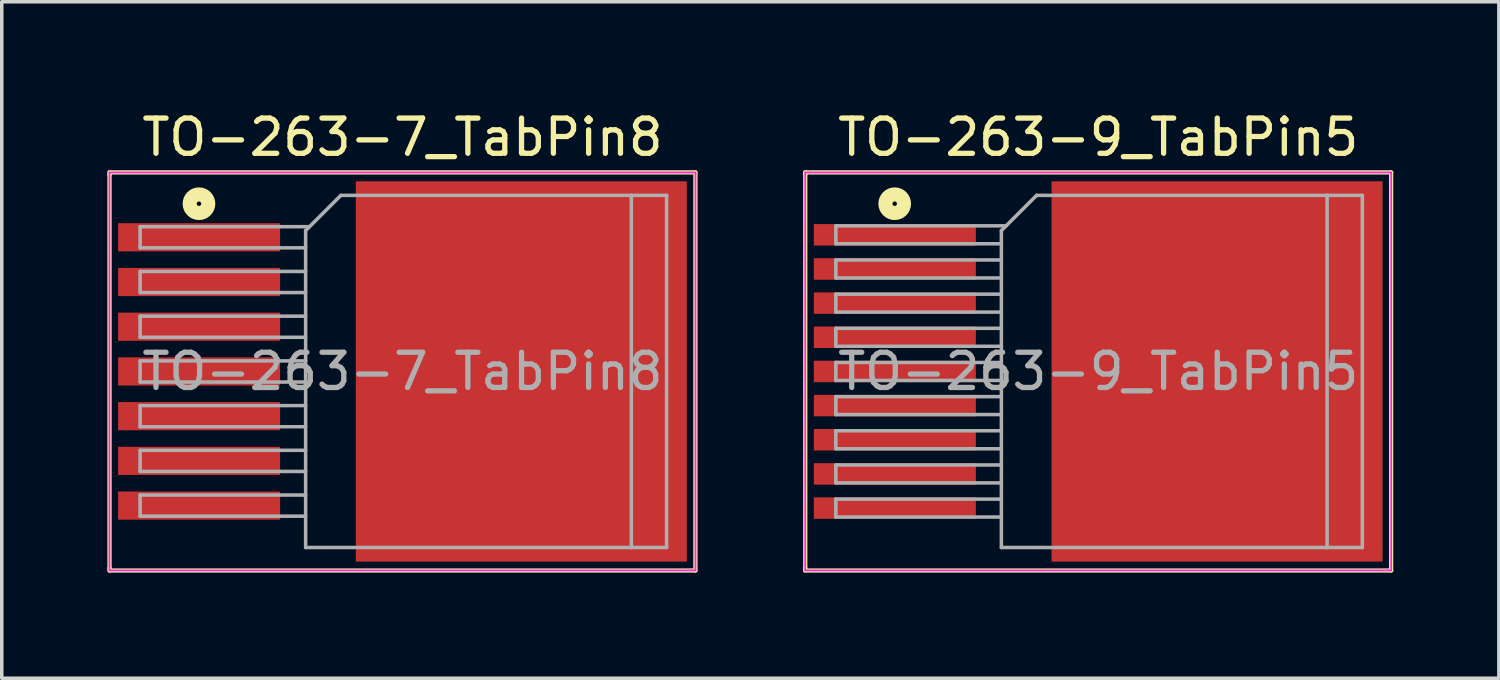
<source format=kicad_pcb>
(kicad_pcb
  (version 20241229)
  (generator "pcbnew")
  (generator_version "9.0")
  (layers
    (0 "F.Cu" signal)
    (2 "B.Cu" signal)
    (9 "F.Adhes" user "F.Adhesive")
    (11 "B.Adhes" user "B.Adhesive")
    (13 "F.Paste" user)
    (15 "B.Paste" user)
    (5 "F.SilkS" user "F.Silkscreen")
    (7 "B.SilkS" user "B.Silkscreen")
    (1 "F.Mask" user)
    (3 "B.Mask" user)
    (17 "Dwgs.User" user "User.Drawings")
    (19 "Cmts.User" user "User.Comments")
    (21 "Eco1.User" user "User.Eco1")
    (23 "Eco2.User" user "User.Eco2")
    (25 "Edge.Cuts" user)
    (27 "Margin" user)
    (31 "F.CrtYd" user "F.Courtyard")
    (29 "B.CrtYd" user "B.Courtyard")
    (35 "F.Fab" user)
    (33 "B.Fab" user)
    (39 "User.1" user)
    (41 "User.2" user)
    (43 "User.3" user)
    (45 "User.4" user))
  (footprint "TO-263-7_TabPin8"
    (layer "F.Cu")
    (at 8.379 7.498)
    (property "Reference" "TO-263-7_TabPin8" (at 0 -6.65 0) (layer "F.SilkS") (effects (font (size 1 1) (thickness 0.15))))
    (attr smd)
    (fp_line (start -8.319 -5.652) (end -8.319 -5.588) (stroke (width 0.12) (type solid)) (layer "F.SilkS"))
    (fp_line (start -8.319 -5.588) (end -8.319 5.588) (stroke (width 0.12) (type solid)) (layer "F.SilkS"))
    (fp_line (start -8.319 5.588) (end -8.319 5.652) (stroke (width 0.12) (type solid)) (layer "F.SilkS"))
    (fp_line (start -8.319 5.652) (end 8.319 5.652) (stroke (width 0.12) (type solid)) (layer "F.SilkS"))
    (fp_line (start 8.319 -5.652) (end -8.319 -5.652) (stroke (width 0.12) (type solid)) (layer "F.SilkS"))
    (fp_line (start 8.319 5.652) (end 8.319 -5.652) (stroke (width 0.12) (type solid)) (layer "F.SilkS"))
    (fp_circle (center -5.779 -4.763) (end -5.715 -4.763) (stroke (width 0.4) (type solid)) (fill no) (layer "F.SilkS"))
    (fp_line (start -8.32 -5.65) (end -8.32 5.65) (stroke (width 0.05) (type solid)) (layer "F.CrtYd"))
    (fp_line (start -8.32 5.65) (end 8.32 5.65) (stroke (width 0.05) (type solid)) (layer "F.CrtYd"))
    (fp_line (start 8.32 -5.65) (end -8.32 -5.65) (stroke (width 0.05) (type solid)) (layer "F.CrtYd"))
    (fp_line (start 8.32 5.65) (end 8.32 -5.65) (stroke (width 0.05) (type solid)) (layer "F.CrtYd"))
    (fp_line (start -7.45 -4.11) (end -7.45 -3.51) (stroke (width 0.1) (type solid)) (layer "F.Fab"))
    (fp_line (start -7.45 -3.51) (end -2.75 -3.51) (stroke (width 0.1) (type solid)) (layer "F.Fab"))
    (fp_line (start -7.45 -2.84) (end -7.45 -2.24) (stroke (width 0.1) (type solid)) (layer "F.Fab"))
    (fp_line (start -7.45 -2.24) (end -2.75 -2.24) (stroke (width 0.1) (type solid)) (layer "F.Fab"))
    (fp_line (start -7.45 -1.57) (end -7.45 -0.97) (stroke (width 0.1) (type solid)) (layer "F.Fab"))
    (fp_line (start -7.45 -0.97) (end -2.75 -0.97) (stroke (width 0.1) (type solid)) (layer "F.Fab"))
    (fp_line (start -7.45 -0.3) (end -7.45 0.3) (stroke (width 0.1) (type solid)) (layer "F.Fab"))
    (fp_line (start -7.45 0.3) (end -2.75 0.3) (stroke (width 0.1) (type solid)) (layer "F.Fab"))
    (fp_line (start -7.45 0.97) (end -7.45 1.57) (stroke (width 0.1) (type solid)) (layer "F.Fab"))
    (fp_line (start -7.45 1.57) (end -2.75 1.57) (stroke (width 0.1) (type solid)) (layer "F.Fab"))
    (fp_line (start -7.45 2.24) (end -7.45 2.84) (stroke (width 0.1) (type solid)) (layer "F.Fab"))
    (fp_line (start -7.45 2.84) (end -2.75 2.84) (stroke (width 0.1) (type solid)) (layer "F.Fab"))
    (fp_line (start -7.45 3.51) (end -7.45 4.11) (stroke (width 0.1) (type solid)) (layer "F.Fab"))
    (fp_line (start -7.45 4.11) (end -2.75 4.11) (stroke (width 0.1) (type solid)) (layer "F.Fab"))
    (fp_line (start -2.75 -4) (end -1.75 -5) (stroke (width 0.1) (type solid)) (layer "F.Fab"))
    (fp_line (start -2.75 -2.84) (end -7.45 -2.84) (stroke (width 0.1) (type solid)) (layer "F.Fab"))
    (fp_line (start -2.75 -1.57) (end -7.45 -1.57) (stroke (width 0.1) (type solid)) (layer "F.Fab"))
    (fp_line (start -2.75 -0.3) (end -7.45 -0.3) (stroke (width 0.1) (type solid)) (layer "F.Fab"))
    (fp_line (start -2.75 0.97) (end -7.45 0.97) (stroke (width 0.1) (type solid)) (layer "F.Fab"))
    (fp_line (start -2.75 2.24) (end -7.45 2.24) (stroke (width 0.1) (type solid)) (layer "F.Fab"))
    (fp_line (start -2.75 3.51) (end -7.45 3.51) (stroke (width 0.1) (type solid)) (layer "F.Fab"))
    (fp_line (start -2.75 5) (end -2.75 -4) (stroke (width 0.1) (type solid)) (layer "F.Fab"))
    (fp_line (start -2.64 -4.11) (end -7.45 -4.11) (stroke (width 0.1) (type solid)) (layer "F.Fab"))
    (fp_line (start -1.75 -5) (end 6.5 -5) (stroke (width 0.1) (type solid)) (layer "F.Fab"))
    (fp_line (start 6.5 -5) (end 6.5 5) (stroke (width 0.1) (type solid)) (layer "F.Fab"))
    (fp_line (start 6.5 -5) (end 7.5 -5) (stroke (width 0.1) (type solid)) (layer "F.Fab"))
    (fp_line (start 6.5 5) (end -2.75 5) (stroke (width 0.1) (type solid)) (layer "F.Fab"))
    (fp_line (start 7.5 -5) (end 7.5 5) (stroke (width 0.1) (type solid)) (layer "F.Fab"))
    (fp_line (start 7.5 5) (end 6.5 5) (stroke (width 0.1) (type solid)) (layer "F.Fab"))
    (fp_text user "${REFERENCE}" (at 0 0 0) (layer "F.Fab") (effects (font (size 1 1) (thickness 0.15))))
    (pad "" smd rect (at 0.95 -2.775) (size 4.55 5.25) (layers "F.Paste"))
    (pad "" smd rect (at 0.95 2.775) (size 4.55 5.25) (layers "F.Paste"))
    (pad "" smd rect (at 5.8 -2.775) (size 4.55 5.25) (layers "F.Paste"))
    (pad "" smd rect (at 5.8 2.775) (size 4.55 5.25) (layers "F.Paste"))
    (pad "1" smd rect (at -5.775 -3.81) (size 4.6 0.8) (layers "F.Cu" "F.Mask" "F.Paste"))
    (pad "2" smd rect (at -5.775 -2.54) (size 4.6 0.8) (layers "F.Cu" "F.Mask" "F.Paste"))
    (pad "3" smd rect (at -5.775 -1.27) (size 4.6 0.8) (layers "F.Cu" "F.Mask" "F.Paste"))
    (pad "4" smd rect (at -5.775 0) (size 4.6 0.8) (layers "F.Cu" "F.Mask" "F.Paste"))
    (pad "5" smd rect (at -5.775 1.27) (size 4.6 0.8) (layers "F.Cu" "F.Mask" "F.Paste"))
    (pad "6" smd rect (at -5.775 2.54) (size 4.6 0.8) (layers "F.Cu" "F.Mask" "F.Paste"))
    (pad "7" smd rect (at -5.775 3.81) (size 4.6 0.8) (layers "F.Cu" "F.Mask" "F.Paste"))
    (pad "8" smd rect (at 3.375 0) (size 9.4 10.8) (layers "F.Cu" "F.Mask")))
  (footprint "TO-263-9_TabPin5"
    (layer "F.Cu")
    (at 28.136 7.498)
    (property "Reference" "TO-263-9_TabPin5" (at 0 -6.65 0) (layer "F.SilkS") (effects (font (size 1 1) (thickness 0.15))))
    (attr smd)
    (fp_line (start -8.319 -5.652) (end -8.319 -5.588) (stroke (width 0.12) (type solid)) (layer "F.SilkS"))
    (fp_line (start -8.319 -5.588) (end -8.319 5.588) (stroke (width 0.12) (type solid)) (layer "F.SilkS"))
    (fp_line (start -8.319 5.588) (end -8.319 5.652) (stroke (width 0.12) (type solid)) (layer "F.SilkS"))
    (fp_line (start -8.319 5.652) (end 8.319 5.652) (stroke (width 0.12) (type solid)) (layer "F.SilkS"))
    (fp_line (start 8.319 -5.652) (end -8.319 -5.652) (stroke (width 0.12) (type solid)) (layer "F.SilkS"))
    (fp_line (start 8.319 5.652) (end 8.319 -5.652) (stroke (width 0.12) (type solid)) (layer "F.SilkS"))
    (fp_circle (center -5.779 -4.763) (end -5.715 -4.763) (stroke (width 0.4) (type solid)) (fill no) (layer "F.SilkS"))
    (fp_line (start -8.32 -5.65) (end -8.32 5.65) (stroke (width 0.05) (type solid)) (layer "F.CrtYd"))
    (fp_line (start -8.32 5.65) (end 8.32 5.65) (stroke (width 0.05) (type solid)) (layer "F.CrtYd"))
    (fp_line (start 8.32 -5.65) (end -8.32 -5.65) (stroke (width 0.05) (type solid)) (layer "F.CrtYd"))
    (fp_line (start 8.32 5.65) (end 8.32 -5.65) (stroke (width 0.05) (type solid)) (layer "F.CrtYd"))
    (fp_line (start -7.45 -4.135) (end -7.45 -3.625) (stroke (width 0.1) (type solid)) (layer "F.Fab"))
    (fp_line (start -7.45 -3.625) (end -2.75 -3.625) (stroke (width 0.1) (type solid)) (layer "F.Fab"))
    (fp_line (start -7.45 -3.165) (end -7.45 -2.655) (stroke (width 0.1) (type solid)) (layer "F.Fab"))
    (fp_line (start -7.45 -2.655) (end -2.75 -2.655) (stroke (width 0.1) (type solid)) (layer "F.Fab"))
    (fp_line (start -7.45 -2.195) (end -7.45 -1.685) (stroke (width 0.1) (type solid)) (layer "F.Fab"))
    (fp_line (start -7.45 -1.685) (end -2.75 -1.685) (stroke (width 0.1) (type solid)) (layer "F.Fab"))
    (fp_line (start -7.45 -1.225) (end -7.45 -0.715) (stroke (width 0.1) (type solid)) (layer "F.Fab"))
    (fp_line (start -7.45 -0.715) (end -2.75 -0.715) (stroke (width 0.1) (type solid)) (layer "F.Fab"))
    (fp_line (start -7.45 -0.255) (end -7.45 0.255) (stroke (width 0.1) (type solid)) (layer "F.Fab"))
    (fp_line (start -7.45 0.255) (end -2.75 0.255) (stroke (width 0.1) (type solid)) (layer "F.Fab"))
    (fp_line (start -7.45 0.715) (end -7.45 1.225) (stroke (width 0.1) (type solid)) (layer "F.Fab"))
    (fp_line (start -7.45 1.225) (end -2.75 1.225) (stroke (width 0.1) (type solid)) (layer "F.Fab"))
    (fp_line (start -7.45 1.685) (end -7.45 2.195) (stroke (width 0.1) (type solid)) (layer "F.Fab"))
    (fp_line (start -7.45 2.195) (end -2.75 2.195) (stroke (width 0.1) (type solid)) (layer "F.Fab"))
    (fp_line (start -7.45 2.655) (end -7.45 3.165) (stroke (width 0.1) (type solid)) (layer "F.Fab"))
    (fp_line (start -7.45 3.165) (end -2.75 3.165) (stroke (width 0.1) (type solid)) (layer "F.Fab"))
    (fp_line (start -7.45 3.625) (end -7.45 4.135) (stroke (width 0.1) (type solid)) (layer "F.Fab"))
    (fp_line (start -7.45 4.135) (end -2.75 4.135) (stroke (width 0.1) (type solid)) (layer "F.Fab"))
    (fp_line (start -2.75 -4) (end -1.75 -5) (stroke (width 0.1) (type solid)) (layer "F.Fab"))
    (fp_line (start -2.75 -3.165) (end -7.45 -3.165) (stroke (width 0.1) (type solid)) (layer "F.Fab"))
    (fp_line (start -2.75 -2.195) (end -7.45 -2.195) (stroke (width 0.1) (type solid)) (layer "F.Fab"))
    (fp_line (start -2.75 -1.225) (end -7.45 -1.225) (stroke (width 0.1) (type solid)) (layer "F.Fab"))
    (fp_line (start -2.75 -0.255) (end -7.45 -0.255) (stroke (width 0.1) (type solid)) (layer "F.Fab"))
    (fp_line (start -2.75 0.715) (end -7.45 0.715) (stroke (width 0.1) (type solid)) (layer "F.Fab"))
    (fp_line (start -2.75 1.685) (end -7.45 1.685) (stroke (width 0.1) (type solid)) (layer "F.Fab"))
    (fp_line (start -2.75 2.655) (end -7.45 2.655) (stroke (width 0.1) (type solid)) (layer "F.Fab"))
    (fp_line (start -2.75 3.625) (end -7.45 3.625) (stroke (width 0.1) (type solid)) (layer "F.Fab"))
    (fp_line (start -2.75 5) (end -2.75 -4) (stroke (width 0.1) (type solid)) (layer "F.Fab"))
    (fp_line (start -2.615 -4.135) (end -7.45 -4.135) (stroke (width 0.1) (type solid)) (layer "F.Fab"))
    (fp_line (start -1.75 -5) (end 6.5 -5) (stroke (width 0.1) (type solid)) (layer "F.Fab"))
    (fp_line (start 6.5 -5) (end 6.5 5) (stroke (width 0.1) (type solid)) (layer "F.Fab"))
    (fp_line (start 6.5 -5) (end 7.5 -5) (stroke (width 0.1) (type solid)) (layer "F.Fab"))
    (fp_line (start 6.5 5) (end -2.75 5) (stroke (width 0.1) (type solid)) (layer "F.Fab"))
    (fp_line (start 7.5 -5) (end 7.5 5) (stroke (width 0.1) (type solid)) (layer "F.Fab"))
    (fp_line (start 7.5 5) (end 6.5 5) (stroke (width 0.1) (type solid)) (layer "F.Fab"))
    (fp_text user "${REFERENCE}" (at 0 0 0) (layer "F.Fab") (effects (font (size 1 1) (thickness 0.15))))
    (pad "" smd rect (at 0.95 -2.775) (size 4.55 5.25) (layers "F.Paste"))
    (pad "" smd rect (at 0.95 2.775) (size 4.55 5.25) (layers "F.Paste"))
    (pad "" smd rect (at 5.8 -2.775) (size 4.55 5.25) (layers "F.Paste"))
    (pad "" smd rect (at 5.8 2.775) (size 4.55 5.25) (layers "F.Paste"))
    (pad "1" smd rect (at -5.775 -3.88) (size 4.6 0.61) (layers "F.Cu" "F.Mask" "F.Paste"))
    (pad "2" smd rect (at -5.775 -2.91) (size 4.6 0.61) (layers "F.Cu" "F.Mask" "F.Paste"))
    (pad "3" smd rect (at -5.775 -1.94) (size 4.6 0.61) (layers "F.Cu" "F.Mask" "F.Paste"))
    (pad "4" smd rect (at -5.775 -0.97) (size 4.6 0.61) (layers "F.Cu" "F.Mask" "F.Paste"))
    (pad "5" smd rect (at -5.775 0) (size 4.6 0.61) (layers "F.Cu" "F.Mask" "F.Paste"))
    (pad "5" smd rect (at 3.375 0) (size 9.4 10.8) (layers "F.Cu" "F.Mask"))
    (pad "6" smd rect (at -5.775 0.97) (size 4.6 0.61) (layers "F.Cu" "F.Mask" "F.Paste"))
    (pad "7" smd rect (at -5.775 1.94) (size 4.6 0.61) (layers "F.Cu" "F.Mask" "F.Paste"))
    (pad "8" smd rect (at -5.775 2.91) (size 4.6 0.61) (layers "F.Cu" "F.Mask" "F.Paste"))
    (pad "9" smd rect (at -5.775 3.88) (size 4.6 0.61) (layers "F.Cu" "F.Mask" "F.Paste")))
  (gr_rect
    (start -3 -3)
    (end 39.514 16.21)
    (stroke (width 0.1) (type default))
    (fill no)
    (layer "Edge.Cuts")))
</source>
